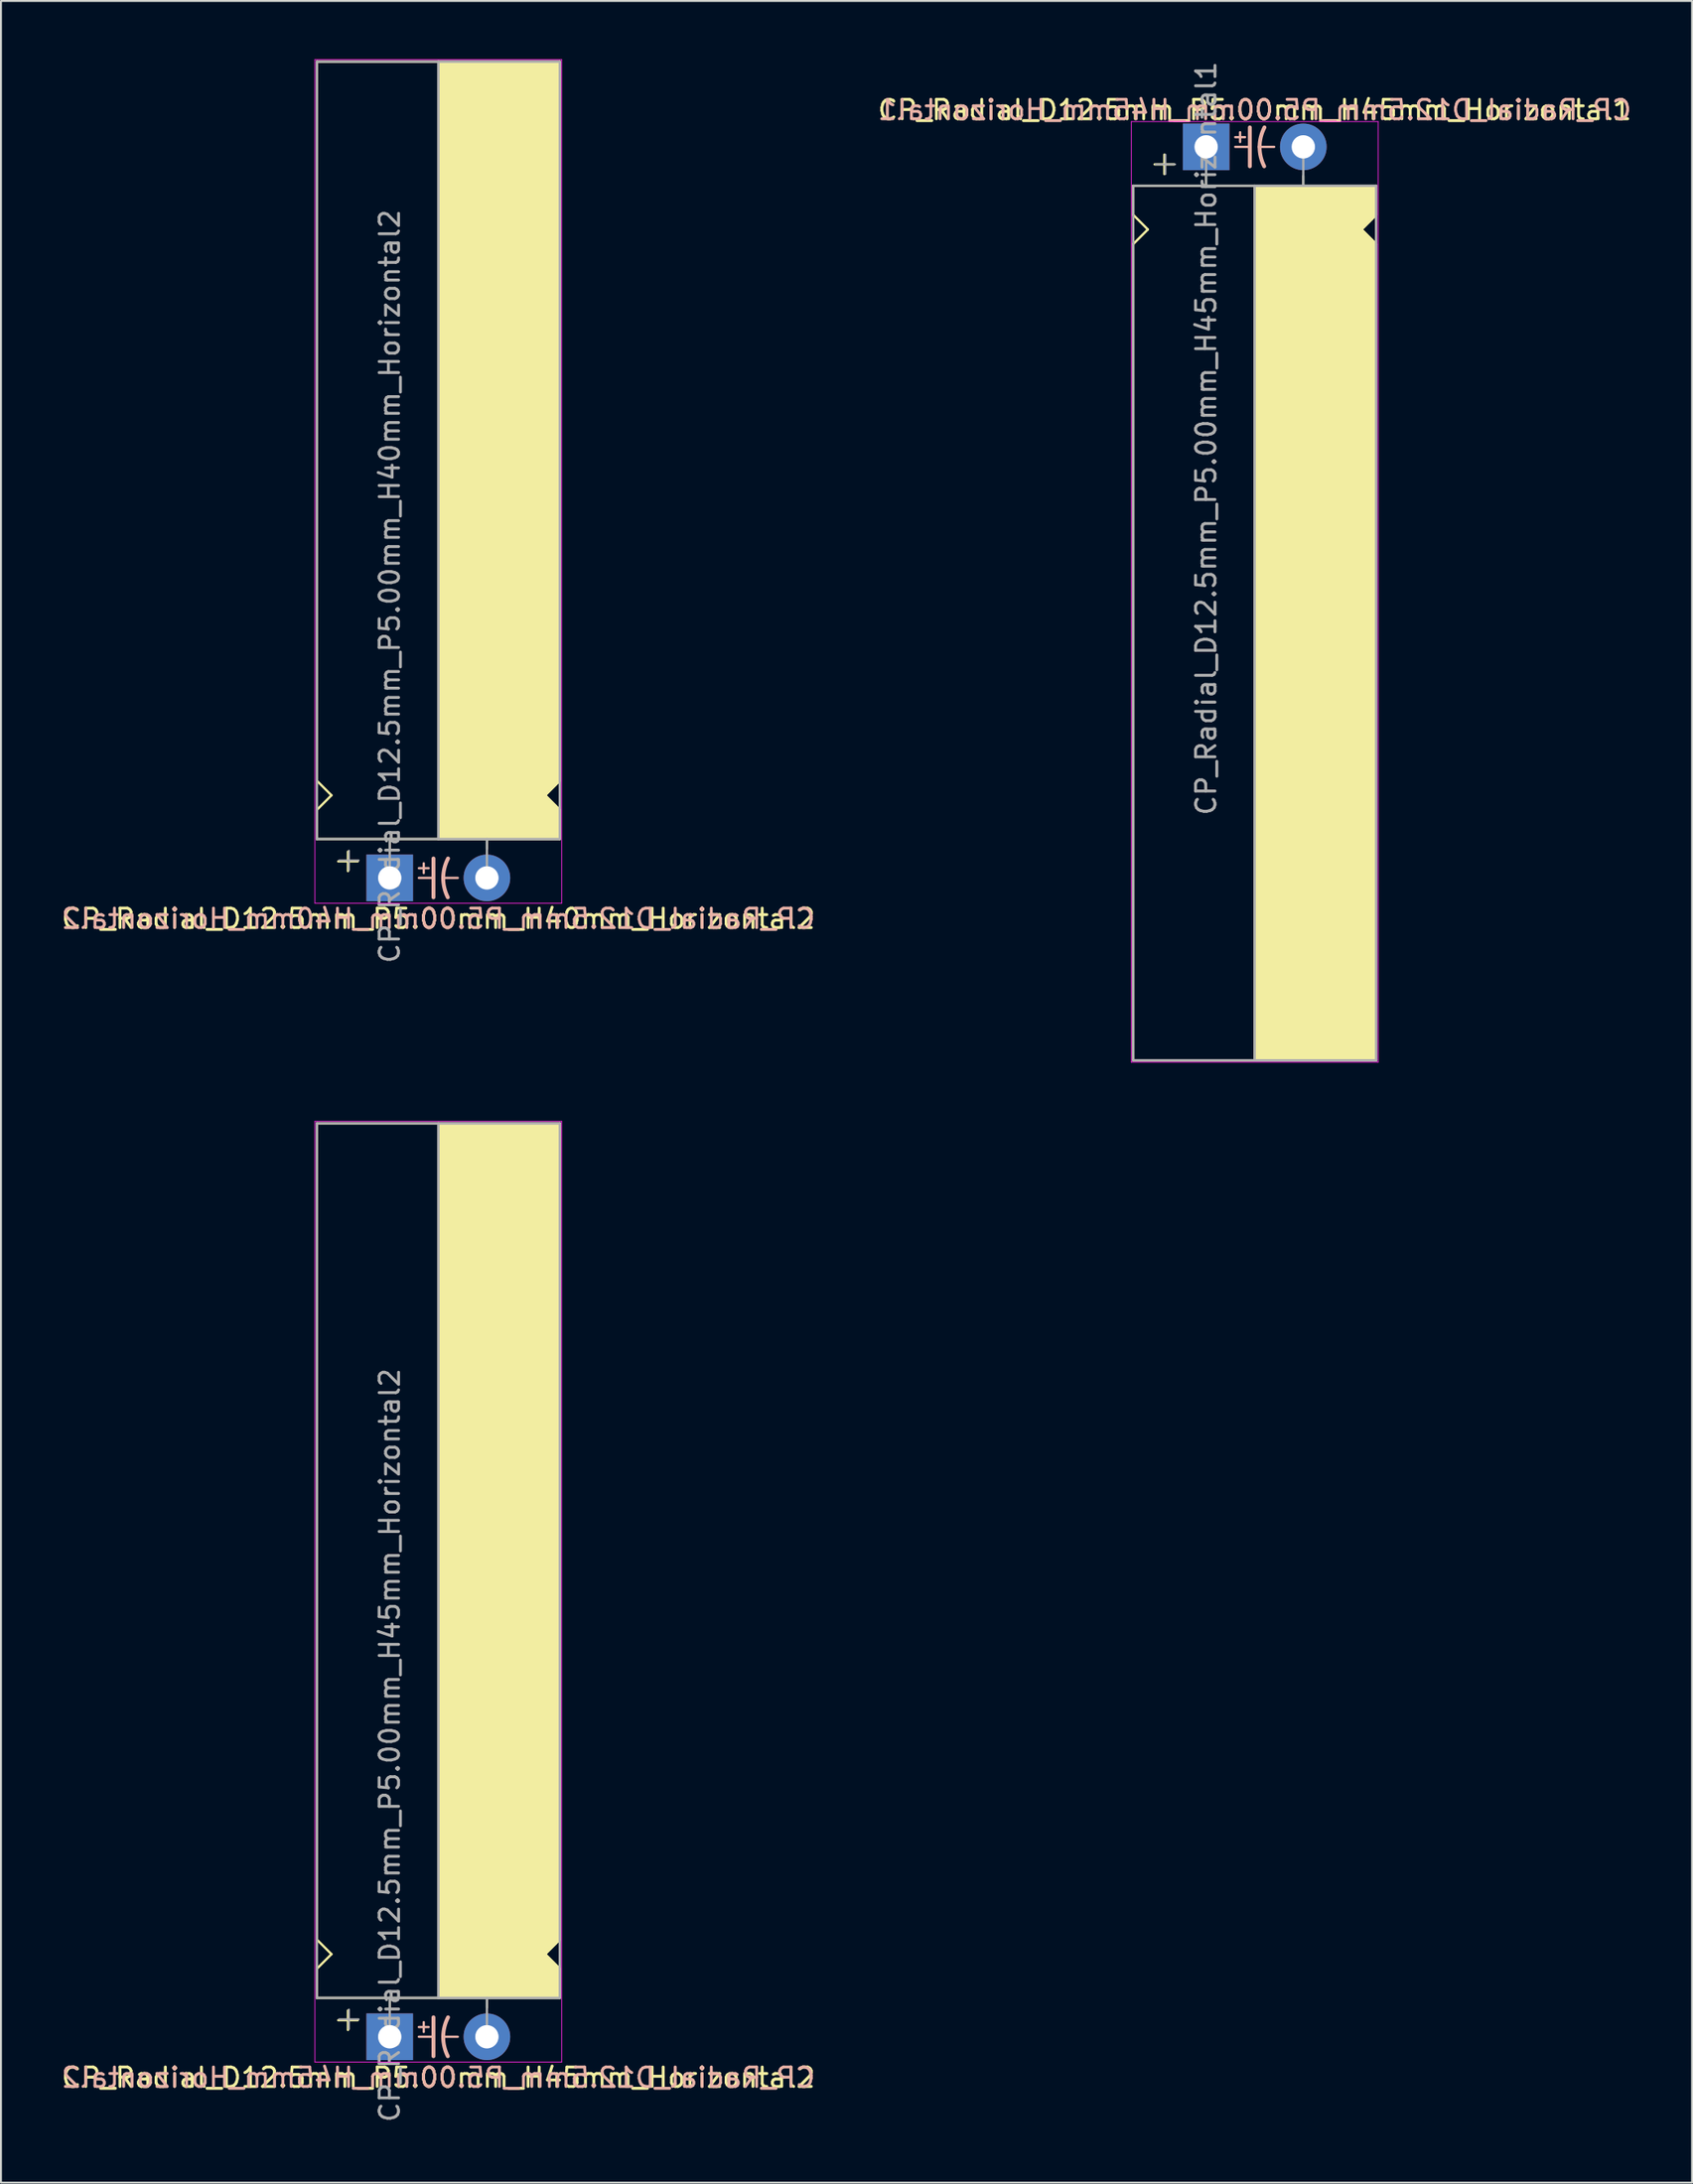
<source format=kicad_pcb>
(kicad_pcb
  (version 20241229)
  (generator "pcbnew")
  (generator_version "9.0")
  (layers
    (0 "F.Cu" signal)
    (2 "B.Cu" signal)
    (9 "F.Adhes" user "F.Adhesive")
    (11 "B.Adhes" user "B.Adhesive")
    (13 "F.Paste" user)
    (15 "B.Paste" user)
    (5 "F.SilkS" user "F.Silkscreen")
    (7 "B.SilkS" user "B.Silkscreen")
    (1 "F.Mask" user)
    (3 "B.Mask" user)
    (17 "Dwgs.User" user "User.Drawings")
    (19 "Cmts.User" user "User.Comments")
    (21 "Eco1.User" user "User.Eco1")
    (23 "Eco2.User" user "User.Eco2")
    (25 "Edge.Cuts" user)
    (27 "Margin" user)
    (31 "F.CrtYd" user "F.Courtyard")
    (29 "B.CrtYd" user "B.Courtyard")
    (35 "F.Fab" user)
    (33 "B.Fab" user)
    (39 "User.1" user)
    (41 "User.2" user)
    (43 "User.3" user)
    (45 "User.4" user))
  (footprint "CP_Radial_D12.5mm_P5.00mm_H45mm_Horizontal1"
    (layer "F.Cu")
    (at 59.018 4.506)
    (property "Reference" "CP_Radial_D12.5mm_P5.00mm_H45mm_Horizontal1" (at 2.5 -1.9 180) (layer "F.SilkS") (effects (font (size 1 1) (thickness 0.15))))
    (fp_line (start -3.75 2) (end -3.75 3.5) (stroke (width 0.12) (type solid)) (layer "F.SilkS"))
    (fp_line (start -3.75 3.5) (end -3 4.25) (stroke (width 0.12) (type solid)) (layer "F.SilkS"))
    (fp_line (start -3.75 5) (end -3.75 47) (stroke (width 0.12) (type solid)) (layer "F.SilkS"))
    (fp_line (start -3 4.25) (end -3.75 5) (stroke (width 0.12) (type solid)) (layer "F.SilkS"))
    (fp_line (start -2.15 0.4) (end -2.15 1.4) (stroke (width 0.12) (type solid)) (layer "F.SilkS"))
    (fp_line (start -1.65 0.9) (end -2.65 0.9) (stroke (width 0.12) (type solid)) (layer "F.SilkS"))
    (fp_line (start 0 1.5) (end 0 2) (stroke (width 0.12) (type solid)) (layer "F.SilkS"))
    (fp_line (start 2.5 2) (end -3.75 2) (stroke (width 0.12) (type solid)) (layer "F.SilkS"))
    (fp_line (start 2.5 2) (end 2.5 47) (stroke (width 0.12) (type solid)) (layer "F.SilkS"))
    (fp_line (start 2.5 2) (end 8.75 2) (stroke (width 0.12) (type solid)) (layer "F.SilkS"))
    (fp_line (start 5 1.5) (end 5 2) (stroke (width 0.12) (type solid)) (layer "F.SilkS"))
    (fp_line (start 8 4.25) (end 8.75 5) (stroke (width 0.12) (type solid)) (layer "F.SilkS"))
    (fp_line (start 8.75 2) (end 8.75 3.5) (stroke (width 0.12) (type solid)) (layer "F.SilkS"))
    (fp_line (start 8.75 3.5) (end 8 4.25) (stroke (width 0.12) (type solid)) (layer "F.SilkS"))
    (fp_line (start 8.75 5) (end 8.75 47) (stroke (width 0.12) (type solid)) (layer "F.SilkS"))
    (fp_line (start 8.75 47) (end -3.75 47) (stroke (width 0.12) (type solid)) (layer "F.SilkS"))
    (fp_poly (pts (xy 8.75 3.5) (xy 8 4.25) (xy 8.75 5) (xy 8.75 47) (xy 2.5 47) (xy 2.5 2) (xy 8.75 2)) (stroke (width 0.1) (type solid)) (fill yes) (layer "F.SilkS"))
    (fp_line (start 1.5 -0.5) (end 2 -0.5) (stroke (width 0.12) (type solid)) (layer "B.SilkS"))
    (fp_line (start 1.5 0) (end 2.25 0) (stroke (width 0.12) (type solid)) (layer "B.SilkS"))
    (fp_line (start 1.75 -0.75) (end 1.75 -0.25) (stroke (width 0.12) (type solid)) (layer "B.SilkS"))
    (fp_line (start 2.25 1) (end 2.25 -1) (stroke (width 0.2) (type solid)) (layer "B.SilkS"))
    (fp_line (start 3.5 0) (end 2.75 0) (stroke (width 0.12) (type solid)) (layer "B.SilkS"))
    (fp_arc (start 2.75 0) (mid 2.816707 -0.514573) (end 3 -1) (stroke (width 0.2) (type solid)) (layer "B.SilkS"))
    (fp_arc (start 2.987539 1) (mid 2.810247 0.513901) (end 2.75 0) (stroke (width 0.2) (type solid)) (layer "B.SilkS"))
    (fp_line (start -3.85 -1.3) (end 8.85 -1.3) (stroke (width 0.04) (type solid)) (layer "F.CrtYd"))
    (fp_line (start -3.85 47.1) (end -3.85 -1.3) (stroke (width 0.04) (type solid)) (layer "F.CrtYd"))
    (fp_line (start 8.85 -1.3) (end 8.85 47.1) (stroke (width 0.04) (type solid)) (layer "F.CrtYd"))
    (fp_line (start 8.85 47.1) (end -3.85 47.1) (stroke (width 0.04) (type solid)) (layer "F.CrtYd"))
    (fp_line (start -3.75 2) (end -3.75 47) (stroke (width 0.12) (type solid)) (layer "F.Fab"))
    (fp_line (start -3.75 47) (end 8.75 47) (stroke (width 0.12) (type solid)) (layer "F.Fab"))
    (fp_line (start -2.6 0.9) (end -1.6 0.9) (stroke (width 0.1) (type solid)) (layer "F.Fab"))
    (fp_line (start -2.1 1.4) (end -2.1 0.4) (stroke (width 0.1) (type solid)) (layer "F.Fab"))
    (fp_line (start 0 0) (end 0 2) (stroke (width 0.12) (type solid)) (layer "F.Fab"))
    (fp_line (start 0 2) (end -3.75 2) (stroke (width 0.12) (type solid)) (layer "F.Fab"))
    (fp_line (start 2.5 2) (end 2.5 47) (stroke (width 0.12) (type solid)) (layer "F.Fab"))
    (fp_line (start 5 2) (end 5 0) (stroke (width 0.12) (type solid)) (layer "F.Fab"))
    (fp_line (start 8.75 2) (end 0 2) (stroke (width 0.12) (type solid)) (layer "F.Fab"))
    (fp_line (start 8.75 47) (end 8.75 2) (stroke (width 0.12) (type solid)) (layer "F.Fab"))
    (fp_poly (pts (xy 8.75 47) (xy 2.5 47) (xy 2.5 2) (xy 8.75 2)) (stroke (width 0.1) (type solid)) (fill no) (layer "F.Fab"))
    (fp_text user "${REFERENCE}" (at 2.5 -1.9 0) (layer "B.SilkS") (effects (font (size 1 1) (thickness 0.15)) (justify mirror)))
    (fp_text user "${REFERENCE}" (at 0 15 90) (layer "F.Fab") (effects (font (size 1 1) (thickness 0.15))))
    (pad "1" thru_hole rect (at 0 0) (size 2.4 2.4) (drill 1.2) (layers "*.Cu" "*.Mask"))
    (pad "2" thru_hole circle (at 5 0) (size 2.4 2.4) (drill 1.2) (layers "*.Cu" "*.Mask")))
  (footprint "CP_Radial_D12.5mm_P5.00mm_H40mm_Horizontal2"
    (layer "F.Cu")
    (at 17.006 42.12)
    (property "Reference" "CP_Radial_D12.5mm_P5.00mm_H40mm_Horizontal2" (at 2.5 2.1 180) (layer "F.SilkS") (effects (font (size 1 1) (thickness 0.15))))
    (fp_line (start -3.75 -5) (end -3.75 -42) (stroke (width 0.12) (type solid)) (layer "F.SilkS"))
    (fp_line (start -3.75 -3.5) (end -3 -4.25) (stroke (width 0.12) (type solid)) (layer "F.SilkS"))
    (fp_line (start -3.75 -2) (end -3.75 -3.5) (stroke (width 0.12) (type solid)) (layer "F.SilkS"))
    (fp_line (start -3 -4.25) (end -3.75 -5) (stroke (width 0.12) (type solid)) (layer "F.SilkS"))
    (fp_line (start -2.15 -1.35) (end -2.15 -0.35) (stroke (width 0.12) (type solid)) (layer "F.SilkS"))
    (fp_line (start -1.65 -0.85) (end -2.65 -0.85) (stroke (width 0.12) (type solid)) (layer "F.SilkS"))
    (fp_line (start 0 -1.5) (end 0 -2) (stroke (width 0.12) (type solid)) (layer "F.SilkS"))
    (fp_line (start 2.5 -2) (end -3.75 -2) (stroke (width 0.12) (type solid)) (layer "F.SilkS"))
    (fp_line (start 2.5 -2) (end 2.5 -42) (stroke (width 0.12) (type solid)) (layer "F.SilkS"))
    (fp_line (start 2.5 -2) (end 8.75 -2) (stroke (width 0.12) (type solid)) (layer "F.SilkS"))
    (fp_line (start 5 -1.5) (end 5 -2) (stroke (width 0.12) (type solid)) (layer "F.SilkS"))
    (fp_line (start 8 -4.25) (end 8.75 -5) (stroke (width 0.12) (type solid)) (layer "F.SilkS"))
    (fp_line (start 8.75 -42) (end -3.75 -42) (stroke (width 0.12) (type solid)) (layer "F.SilkS"))
    (fp_line (start 8.75 -5) (end 8.75 -42) (stroke (width 0.12) (type solid)) (layer "F.SilkS"))
    (fp_line (start 8.75 -3.5) (end 8 -4.25) (stroke (width 0.12) (type solid)) (layer "F.SilkS"))
    (fp_line (start 8.75 -2) (end 8.75 -3.5) (stroke (width 0.12) (type solid)) (layer "F.SilkS"))
    (fp_poly (pts (xy 8.75 -3.5) (xy 8 -4.25) (xy 8.75 -5) (xy 8.75 -42) (xy 2.5 -42) (xy 2.5 -2) (xy 8.75 -2)) (stroke (width 0.1) (type solid)) (fill yes) (layer "F.SilkS"))
    (fp_line (start 1.5 -0.5) (end 2 -0.5) (stroke (width 0.12) (type solid)) (layer "B.SilkS"))
    (fp_line (start 1.5 0) (end 2.25 0) (stroke (width 0.12) (type solid)) (layer "B.SilkS"))
    (fp_line (start 1.75 -0.75) (end 1.75 -0.25) (stroke (width 0.12) (type solid)) (layer "B.SilkS"))
    (fp_line (start 2.25 1) (end 2.25 -1) (stroke (width 0.2) (type solid)) (layer "B.SilkS"))
    (fp_line (start 3.5 0) (end 2.75 0) (stroke (width 0.12) (type solid)) (layer "B.SilkS"))
    (fp_arc (start 2.75 0) (mid 2.816707 -0.514573) (end 3 -1) (stroke (width 0.2) (type solid)) (layer "B.SilkS"))
    (fp_arc (start 2.987539 1) (mid 2.810247 0.513901) (end 2.75 0) (stroke (width 0.2) (type solid)) (layer "B.SilkS"))
    (fp_line (start -3.85 -42.1) (end -3.85 1.3) (stroke (width 0.04) (type solid)) (layer "F.CrtYd"))
    (fp_line (start 8.85 -42.1) (end -3.85 -42.1) (stroke (width 0.04) (type solid)) (layer "F.CrtYd"))
    (fp_line (start 8.85 1.3) (end -3.85 1.3) (stroke (width 0.04) (type solid)) (layer "F.CrtYd"))
    (fp_line (start 8.85 1.3) (end 8.85 -42.1) (stroke (width 0.04) (type solid)) (layer "F.CrtYd"))
    (fp_line (start -3.75 -42) (end 8.75 -42) (stroke (width 0.12) (type solid)) (layer "F.Fab"))
    (fp_line (start -3.75 -2) (end -3.75 -42) (stroke (width 0.12) (type solid)) (layer "F.Fab"))
    (fp_line (start -2.6 -0.9) (end -1.6 -0.9) (stroke (width 0.1) (type solid)) (layer "F.Fab"))
    (fp_line (start -2.1 -0.4) (end -2.1 -1.4) (stroke (width 0.1) (type solid)) (layer "F.Fab"))
    (fp_line (start 0 -2) (end -3.75 -2) (stroke (width 0.12) (type solid)) (layer "F.Fab"))
    (fp_line (start 0 0) (end 0 -2) (stroke (width 0.12) (type solid)) (layer "F.Fab"))
    (fp_line (start 2.5 -2) (end 2.5 -42) (stroke (width 0.12) (type solid)) (layer "F.Fab"))
    (fp_line (start 5 -2) (end 5 0) (stroke (width 0.12) (type solid)) (layer "F.Fab"))
    (fp_line (start 8.75 -42) (end 8.75 -2) (stroke (width 0.12) (type solid)) (layer "F.Fab"))
    (fp_line (start 8.75 -2) (end 0 -2) (stroke (width 0.12) (type solid)) (layer "F.Fab"))
    (fp_poly (pts (xy 8.75 -42) (xy 2.5 -42) (xy 2.5 -2) (xy 8.75 -2)) (stroke (width 0.1) (type solid)) (fill no) (layer "F.Fab"))
    (fp_text user "${REFERENCE}" (at 2.5 2.1 0) (layer "B.SilkS") (effects (font (size 1 1) (thickness 0.15)) (justify mirror)))
    (fp_text user "${REFERENCE}" (at 0 -15 90) (layer "F.Fab") (effects (font (size 1 1) (thickness 0.15))))
    (pad "1" thru_hole rect (at 0 0) (size 2.4 2.4) (drill 1.2) (layers "*.Cu" "*.Mask"))
    (pad "2" thru_hole circle (at 5 0) (size 2.4 2.4) (drill 1.2) (layers "*.Cu" "*.Mask")))
  (footprint "CP_Radial_D12.5mm_P5.00mm_H45mm_Horizontal2"
    (layer "F.Cu")
    (at 17.006 101.746)
    (property "Reference" "CP_Radial_D12.5mm_P5.00mm_H45mm_Horizontal2" (at 2.5 2.1 180) (layer "F.SilkS") (effects (font (size 1 1) (thickness 0.15))))
    (fp_line (start -3.75 -5) (end -3.75 -47) (stroke (width 0.12) (type solid)) (layer "F.SilkS"))
    (fp_line (start -3.75 -3.5) (end -3 -4.25) (stroke (width 0.12) (type solid)) (layer "F.SilkS"))
    (fp_line (start -3.75 -2) (end -3.75 -3.5) (stroke (width 0.12) (type solid)) (layer "F.SilkS"))
    (fp_line (start -3 -4.25) (end -3.75 -5) (stroke (width 0.12) (type solid)) (layer "F.SilkS"))
    (fp_line (start -2.15 -1.35) (end -2.15 -0.35) (stroke (width 0.12) (type solid)) (layer "F.SilkS"))
    (fp_line (start -1.65 -0.85) (end -2.65 -0.85) (stroke (width 0.12) (type solid)) (layer "F.SilkS"))
    (fp_line (start 0 -1.5) (end 0 -2) (stroke (width 0.12) (type solid)) (layer "F.SilkS"))
    (fp_line (start 2.5 -2) (end -3.75 -2) (stroke (width 0.12) (type solid)) (layer "F.SilkS"))
    (fp_line (start 2.5 -2) (end 2.5 -47) (stroke (width 0.12) (type solid)) (layer "F.SilkS"))
    (fp_line (start 2.5 -2) (end 8.75 -2) (stroke (width 0.12) (type solid)) (layer "F.SilkS"))
    (fp_line (start 5 -1.5) (end 5 -2) (stroke (width 0.12) (type solid)) (layer "F.SilkS"))
    (fp_line (start 8 -4.25) (end 8.75 -5) (stroke (width 0.12) (type solid)) (layer "F.SilkS"))
    (fp_line (start 8.75 -47) (end -3.75 -47) (stroke (width 0.12) (type solid)) (layer "F.SilkS"))
    (fp_line (start 8.75 -5) (end 8.75 -47) (stroke (width 0.12) (type solid)) (layer "F.SilkS"))
    (fp_line (start 8.75 -3.5) (end 8 -4.25) (stroke (width 0.12) (type solid)) (layer "F.SilkS"))
    (fp_line (start 8.75 -2) (end 8.75 -3.5) (stroke (width 0.12) (type solid)) (layer "F.SilkS"))
    (fp_poly (pts (xy 8.75 -3.5) (xy 8 -4.25) (xy 8.75 -5) (xy 8.75 -47) (xy 2.5 -47) (xy 2.5 -2) (xy 8.75 -2)) (stroke (width 0.1) (type solid)) (fill yes) (layer "F.SilkS"))
    (fp_line (start 1.5 -0.5) (end 2 -0.5) (stroke (width 0.12) (type solid)) (layer "B.SilkS"))
    (fp_line (start 1.5 0) (end 2.25 0) (stroke (width 0.12) (type solid)) (layer "B.SilkS"))
    (fp_line (start 1.75 -0.75) (end 1.75 -0.25) (stroke (width 0.12) (type solid)) (layer "B.SilkS"))
    (fp_line (start 2.25 1) (end 2.25 -1) (stroke (width 0.2) (type solid)) (layer "B.SilkS"))
    (fp_line (start 3.5 0) (end 2.75 0) (stroke (width 0.12) (type solid)) (layer "B.SilkS"))
    (fp_arc (start 2.75 0) (mid 2.816707 -0.514573) (end 3 -1) (stroke (width 0.2) (type solid)) (layer "B.SilkS"))
    (fp_arc (start 2.987539 1) (mid 2.810247 0.513901) (end 2.75 0) (stroke (width 0.2) (type solid)) (layer "B.SilkS"))
    (fp_line (start -3.85 -47.1) (end -3.85 1.3) (stroke (width 0.04) (type solid)) (layer "F.CrtYd"))
    (fp_line (start 8.85 -47.1) (end -3.85 -47.1) (stroke (width 0.04) (type solid)) (layer "F.CrtYd"))
    (fp_line (start 8.85 1.3) (end -3.85 1.3) (stroke (width 0.04) (type solid)) (layer "F.CrtYd"))
    (fp_line (start 8.85 1.3) (end 8.85 -47.1) (stroke (width 0.04) (type solid)) (layer "F.CrtYd"))
    (fp_line (start -3.75 -47) (end 8.75 -47) (stroke (width 0.12) (type solid)) (layer "F.Fab"))
    (fp_line (start -3.75 -2) (end -3.75 -47) (stroke (width 0.12) (type solid)) (layer "F.Fab"))
    (fp_line (start -2.6 -0.9) (end -1.6 -0.9) (stroke (width 0.1) (type solid)) (layer "F.Fab"))
    (fp_line (start -2.1 -0.4) (end -2.1 -1.4) (stroke (width 0.1) (type solid)) (layer "F.Fab"))
    (fp_line (start 0 -2) (end -3.75 -2) (stroke (width 0.12) (type solid)) (layer "F.Fab"))
    (fp_line (start 0 0) (end 0 -2) (stroke (width 0.12) (type solid)) (layer "F.Fab"))
    (fp_line (start 2.5 -2) (end 2.5 -47) (stroke (width 0.12) (type solid)) (layer "F.Fab"))
    (fp_line (start 5 -2) (end 5 0) (stroke (width 0.12) (type solid)) (layer "F.Fab"))
    (fp_line (start 8.75 -47) (end 8.75 -2) (stroke (width 0.12) (type solid)) (layer "F.Fab"))
    (fp_line (start 8.75 -2) (end 0 -2) (stroke (width 0.12) (type solid)) (layer "F.Fab"))
    (fp_poly (pts (xy 8.75 -47) (xy 2.5 -47) (xy 2.5 -2) (xy 8.75 -2)) (stroke (width 0.1) (type solid)) (fill no) (layer "F.Fab"))
    (fp_text user "${REFERENCE}" (at 2.5 2.1 0) (layer "B.SilkS") (effects (font (size 1 1) (thickness 0.15)) (justify mirror)))
    (fp_text user "${REFERENCE}" (at 0 -15 90) (layer "F.Fab") (effects (font (size 1 1) (thickness 0.15))))
    (pad "1" thru_hole rect (at 0 0) (size 2.4 2.4) (drill 1.2) (layers "*.Cu" "*.Mask"))
    (pad "2" thru_hole circle (at 5 0) (size 2.4 2.4) (drill 1.2) (layers "*.Cu" "*.Mask")))
  (gr_rect
    (start -3 -3)
    (end 84.024 109.252)
    (stroke (width 0.1) (type default))
    (fill no)
    (layer "Edge.Cuts")))
</source>
